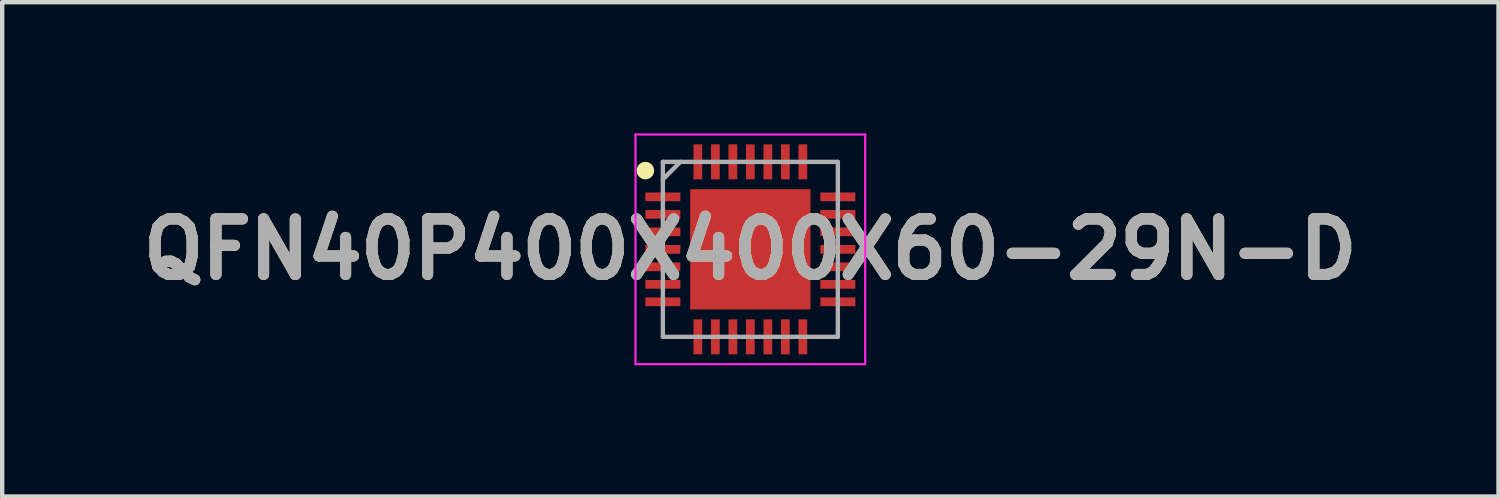
<source format=kicad_pcb>
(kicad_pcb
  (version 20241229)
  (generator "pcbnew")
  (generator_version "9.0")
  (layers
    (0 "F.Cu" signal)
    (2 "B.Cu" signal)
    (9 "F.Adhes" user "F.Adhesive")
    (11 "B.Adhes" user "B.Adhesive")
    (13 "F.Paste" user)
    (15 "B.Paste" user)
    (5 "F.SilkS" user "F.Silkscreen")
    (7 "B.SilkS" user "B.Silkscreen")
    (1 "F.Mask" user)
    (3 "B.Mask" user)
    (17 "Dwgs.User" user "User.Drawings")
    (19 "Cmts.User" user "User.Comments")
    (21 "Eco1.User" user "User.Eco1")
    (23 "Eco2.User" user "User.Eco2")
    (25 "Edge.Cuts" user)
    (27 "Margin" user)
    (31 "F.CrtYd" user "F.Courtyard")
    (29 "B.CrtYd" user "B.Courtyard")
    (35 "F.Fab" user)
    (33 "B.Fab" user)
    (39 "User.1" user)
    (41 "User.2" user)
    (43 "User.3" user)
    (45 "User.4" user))
  (footprint "QFN40P400X400X60-29N-D"
    (layer "F.Cu")
    (at 14.103 2.65)
    (property "Reference" "QFN40P400X400X60-29N-D" (at 0 0 0) (layer "F.SilkS") (effects (font (size 1.27 1.27) (thickness 0.254))))
    (attr smd)
    (fp_circle (center -2.4 -1.8) (end -2.4 -1.7) (stroke (width 0.2) (type solid)) (fill no) (layer "F.SilkS"))
    (fp_line (start -2.625 -2.625) (end 2.625 -2.625) (stroke (width 0.05) (type solid)) (layer "F.CrtYd"))
    (fp_line (start -2.625 2.625) (end -2.625 -2.625) (stroke (width 0.05) (type solid)) (layer "F.CrtYd"))
    (fp_line (start 2.625 -2.625) (end 2.625 2.625) (stroke (width 0.05) (type solid)) (layer "F.CrtYd"))
    (fp_line (start 2.625 2.625) (end -2.625 2.625) (stroke (width 0.05) (type solid)) (layer "F.CrtYd"))
    (fp_line (start -2 -2) (end 2 -2) (stroke (width 0.1) (type solid)) (layer "F.Fab"))
    (fp_line (start -2 -1.6) (end -1.6 -2) (stroke (width 0.1) (type solid)) (layer "F.Fab"))
    (fp_line (start -2 2) (end -2 -2) (stroke (width 0.1) (type solid)) (layer "F.Fab"))
    (fp_line (start 2 -2) (end 2 2) (stroke (width 0.1) (type solid)) (layer "F.Fab"))
    (fp_line (start 2 2) (end -2 2) (stroke (width 0.1) (type solid)) (layer "F.Fab"))
    (fp_text user "${REFERENCE}" (at 0 0 0) (layer "F.Fab") (effects (font (size 1.27 1.27) (thickness 0.254))))
    (pad "1" smd rect (at -2 -1.2 90) (size 0.2 0.8) (layers "F.Cu" "F.Mask" "F.Paste"))
    (pad "2" smd rect (at -2 -0.8 90) (size 0.2 0.8) (layers "F.Cu" "F.Mask" "F.Paste"))
    (pad "3" smd rect (at -2 -0.4 90) (size 0.2 0.8) (layers "F.Cu" "F.Mask" "F.Paste"))
    (pad "4" smd rect (at -2 0 90) (size 0.2 0.8) (layers "F.Cu" "F.Mask" "F.Paste"))
    (pad "5" smd rect (at -2 0.4 90) (size 0.2 0.8) (layers "F.Cu" "F.Mask" "F.Paste"))
    (pad "6" smd rect (at -2 0.8 90) (size 0.2 0.8) (layers "F.Cu" "F.Mask" "F.Paste"))
    (pad "7" smd rect (at -2 1.2 90) (size 0.2 0.8) (layers "F.Cu" "F.Mask" "F.Paste"))
    (pad "8" smd rect (at -1.2 2) (size 0.2 0.8) (layers "F.Cu" "F.Mask" "F.Paste"))
    (pad "9" smd rect (at -0.8 2) (size 0.2 0.8) (layers "F.Cu" "F.Mask" "F.Paste"))
    (pad "10" smd rect (at -0.4 2) (size 0.2 0.8) (layers "F.Cu" "F.Mask" "F.Paste"))
    (pad "11" smd rect (at 0 2) (size 0.2 0.8) (layers "F.Cu" "F.Mask" "F.Paste"))
    (pad "12" smd rect (at 0.4 2) (size 0.2 0.8) (layers "F.Cu" "F.Mask" "F.Paste"))
    (pad "13" smd rect (at 0.8 2) (size 0.2 0.8) (layers "F.Cu" "F.Mask" "F.Paste"))
    (pad "14" smd rect (at 1.2 2) (size 0.2 0.8) (layers "F.Cu" "F.Mask" "F.Paste"))
    (pad "15" smd rect (at 2 1.2 90) (size 0.2 0.8) (layers "F.Cu" "F.Mask" "F.Paste"))
    (pad "16" smd rect (at 2 0.8 90) (size 0.2 0.8) (layers "F.Cu" "F.Mask" "F.Paste"))
    (pad "17" smd rect (at 2 0.4 90) (size 0.2 0.8) (layers "F.Cu" "F.Mask" "F.Paste"))
    (pad "18" smd rect (at 2 0 90) (size 0.2 0.8) (layers "F.Cu" "F.Mask" "F.Paste"))
    (pad "19" smd rect (at 2 -0.4 90) (size 0.2 0.8) (layers "F.Cu" "F.Mask" "F.Paste"))
    (pad "20" smd rect (at 2 -0.8 90) (size 0.2 0.8) (layers "F.Cu" "F.Mask" "F.Paste"))
    (pad "21" smd rect (at 2 -1.2 90) (size 0.2 0.8) (layers "F.Cu" "F.Mask" "F.Paste"))
    (pad "22" smd rect (at 1.2 -2) (size 0.2 0.8) (layers "F.Cu" "F.Mask" "F.Paste"))
    (pad "23" smd rect (at 0.8 -2) (size 0.2 0.8) (layers "F.Cu" "F.Mask" "F.Paste"))
    (pad "24" smd rect (at 0.4 -2) (size 0.2 0.8) (layers "F.Cu" "F.Mask" "F.Paste"))
    (pad "25" smd rect (at 0 -2) (size 0.2 0.8) (layers "F.Cu" "F.Mask" "F.Paste"))
    (pad "26" smd rect (at -0.4 -2) (size 0.2 0.8) (layers "F.Cu" "F.Mask" "F.Paste"))
    (pad "27" smd rect (at -0.8 -2) (size 0.2 0.8) (layers "F.Cu" "F.Mask" "F.Paste"))
    (pad "28" smd rect (at -1.2 -2) (size 0.2 0.8) (layers "F.Cu" "F.Mask" "F.Paste"))
    (pad "29" smd rect (at 0 0) (size 2.75 2.75) (layers "F.Cu" "F.Mask" "F.Paste")))
  (gr_rect
    (start -3 -3)
    (end 31.206 8.3)
    (stroke (width 0.1) (type default))
    (fill no)
    (layer "Edge.Cuts")))
</source>
